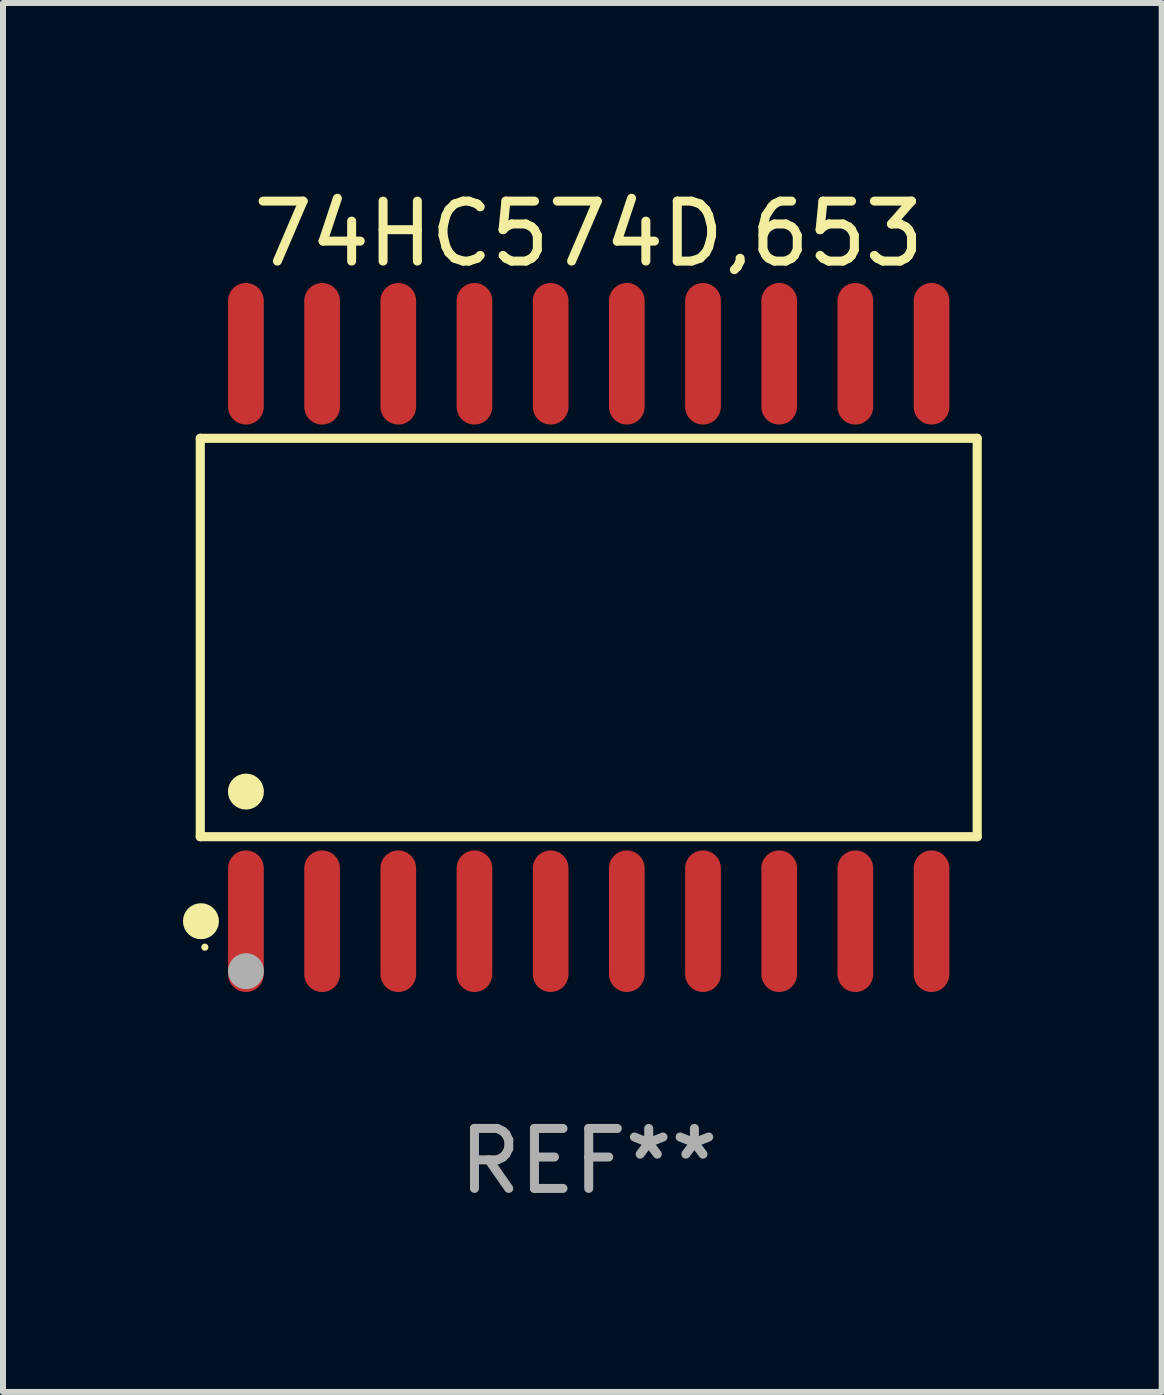
<source format=kicad_pcb>
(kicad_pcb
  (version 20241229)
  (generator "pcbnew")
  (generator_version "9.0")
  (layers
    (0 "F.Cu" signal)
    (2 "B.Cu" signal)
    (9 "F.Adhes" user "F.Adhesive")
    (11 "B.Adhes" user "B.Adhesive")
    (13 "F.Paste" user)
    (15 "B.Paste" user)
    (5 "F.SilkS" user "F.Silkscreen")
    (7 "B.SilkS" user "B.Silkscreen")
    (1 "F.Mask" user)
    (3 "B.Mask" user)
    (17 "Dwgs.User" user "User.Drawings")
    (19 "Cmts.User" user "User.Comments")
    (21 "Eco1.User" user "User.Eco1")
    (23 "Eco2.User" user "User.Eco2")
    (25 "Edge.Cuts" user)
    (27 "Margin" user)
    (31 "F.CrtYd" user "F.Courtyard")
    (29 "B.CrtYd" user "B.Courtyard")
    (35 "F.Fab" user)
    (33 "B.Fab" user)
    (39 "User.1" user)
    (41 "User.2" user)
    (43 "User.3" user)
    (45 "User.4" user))
  (footprint "74HC574D,653"
    (layer "F.Cu")
    (at 6.765 7.578)
    (property "Reference" "74HC574D,653" (at 0 -6.73 0) (layer "F.SilkS") (effects (font (size 1 1) (thickness 0.15))))
    (attr through_hole)
    (fp_line (start -6.476 -3.321) (end 6.476 -3.321) (stroke (width 0.152) (type solid)) (layer "F.SilkS"))
    (fp_line (start -6.476 3.321) (end -6.476 -3.321) (stroke (width 0.152) (type solid)) (layer "F.SilkS"))
    (fp_line (start 6.476 -3.321) (end 6.476 3.321) (stroke (width 0.152) (type solid)) (layer "F.SilkS"))
    (fp_line (start 6.476 3.321) (end -6.476 3.321) (stroke (width 0.152) (type solid)) (layer "F.SilkS"))
    (fp_circle (center -6.465 4.73) (end -6.315 4.73) (stroke (width 0.3) (type solid)) (fill no) (layer "F.SilkS"))
    (fp_circle (center -6.4 5.163) (end -6.37 5.163) (stroke (width 0.06) (type solid)) (fill no) (layer "F.SilkS"))
    (fp_circle (center -5.715 2.569) (end -5.565 2.569) (stroke (width 0.3) (type solid)) (fill no) (layer "F.SilkS"))
    (fp_circle (center -5.715 5.563) (end -5.565 5.563) (stroke (width 0.3) (type solid)) (fill no) (layer "F.Fab"))
    (fp_text user "REF**" (at 0 8.73 0) (layer "F.Fab") (effects (font (size 1 1) (thickness 0.15))))
    (pad "1" smd oval (at -5.715 4.73) (size 0.595 2.36) (layers "F.Cu" "F.Mask" "F.Paste"))
    (pad "2" smd oval (at -4.445 4.73) (size 0.595 2.36) (layers "F.Cu" "F.Mask" "F.Paste"))
    (pad "3" smd oval (at -3.175 4.73) (size 0.595 2.36) (layers "F.Cu" "F.Mask" "F.Paste"))
    (pad "4" smd oval (at -1.905 4.73) (size 0.595 2.36) (layers "F.Cu" "F.Mask" "F.Paste"))
    (pad "5" smd oval (at -0.635 4.73) (size 0.595 2.36) (layers "F.Cu" "F.Mask" "F.Paste"))
    (pad "6" smd oval (at 0.635 4.73) (size 0.595 2.36) (layers "F.Cu" "F.Mask" "F.Paste"))
    (pad "7" smd oval (at 1.905 4.73) (size 0.595 2.36) (layers "F.Cu" "F.Mask" "F.Paste"))
    (pad "8" smd oval (at 3.175 4.73) (size 0.595 2.36) (layers "F.Cu" "F.Mask" "F.Paste"))
    (pad "9" smd oval (at 4.445 4.73) (size 0.595 2.36) (layers "F.Cu" "F.Mask" "F.Paste"))
    (pad "10" smd oval (at 5.715 4.73) (size 0.595 2.36) (layers "F.Cu" "F.Mask" "F.Paste"))
    (pad "11" smd oval (at 5.715 -4.73) (size 0.595 2.36) (layers "F.Cu" "F.Mask" "F.Paste"))
    (pad "12" smd oval (at 4.445 -4.73) (size 0.595 2.36) (layers "F.Cu" "F.Mask" "F.Paste"))
    (pad "13" smd oval (at 3.175 -4.73) (size 0.595 2.36) (layers "F.Cu" "F.Mask" "F.Paste"))
    (pad "14" smd oval (at 1.905 -4.73) (size 0.595 2.36) (layers "F.Cu" "F.Mask" "F.Paste"))
    (pad "15" smd oval (at 0.635 -4.73) (size 0.595 2.36) (layers "F.Cu" "F.Mask" "F.Paste"))
    (pad "16" smd oval (at -0.635 -4.73) (size 0.595 2.36) (layers "F.Cu" "F.Mask" "F.Paste"))
    (pad "17" smd oval (at -1.905 -4.73) (size 0.595 2.36) (layers "F.Cu" "F.Mask" "F.Paste"))
    (pad "18" smd oval (at -3.175 -4.73) (size 0.595 2.36) (layers "F.Cu" "F.Mask" "F.Paste"))
    (pad "19" smd oval (at -4.445 -4.73) (size 0.595 2.36) (layers "F.Cu" "F.Mask" "F.Paste"))
    (pad "20" smd oval (at -5.715 -4.73) (size 0.595 2.36) (layers "F.Cu" "F.Mask" "F.Paste")))
  (gr_rect
    (start -3 -3)
    (end 16.317 20.156)
    (stroke (width 0.1) (type default))
    (fill no)
    (layer "Edge.Cuts")))
</source>
